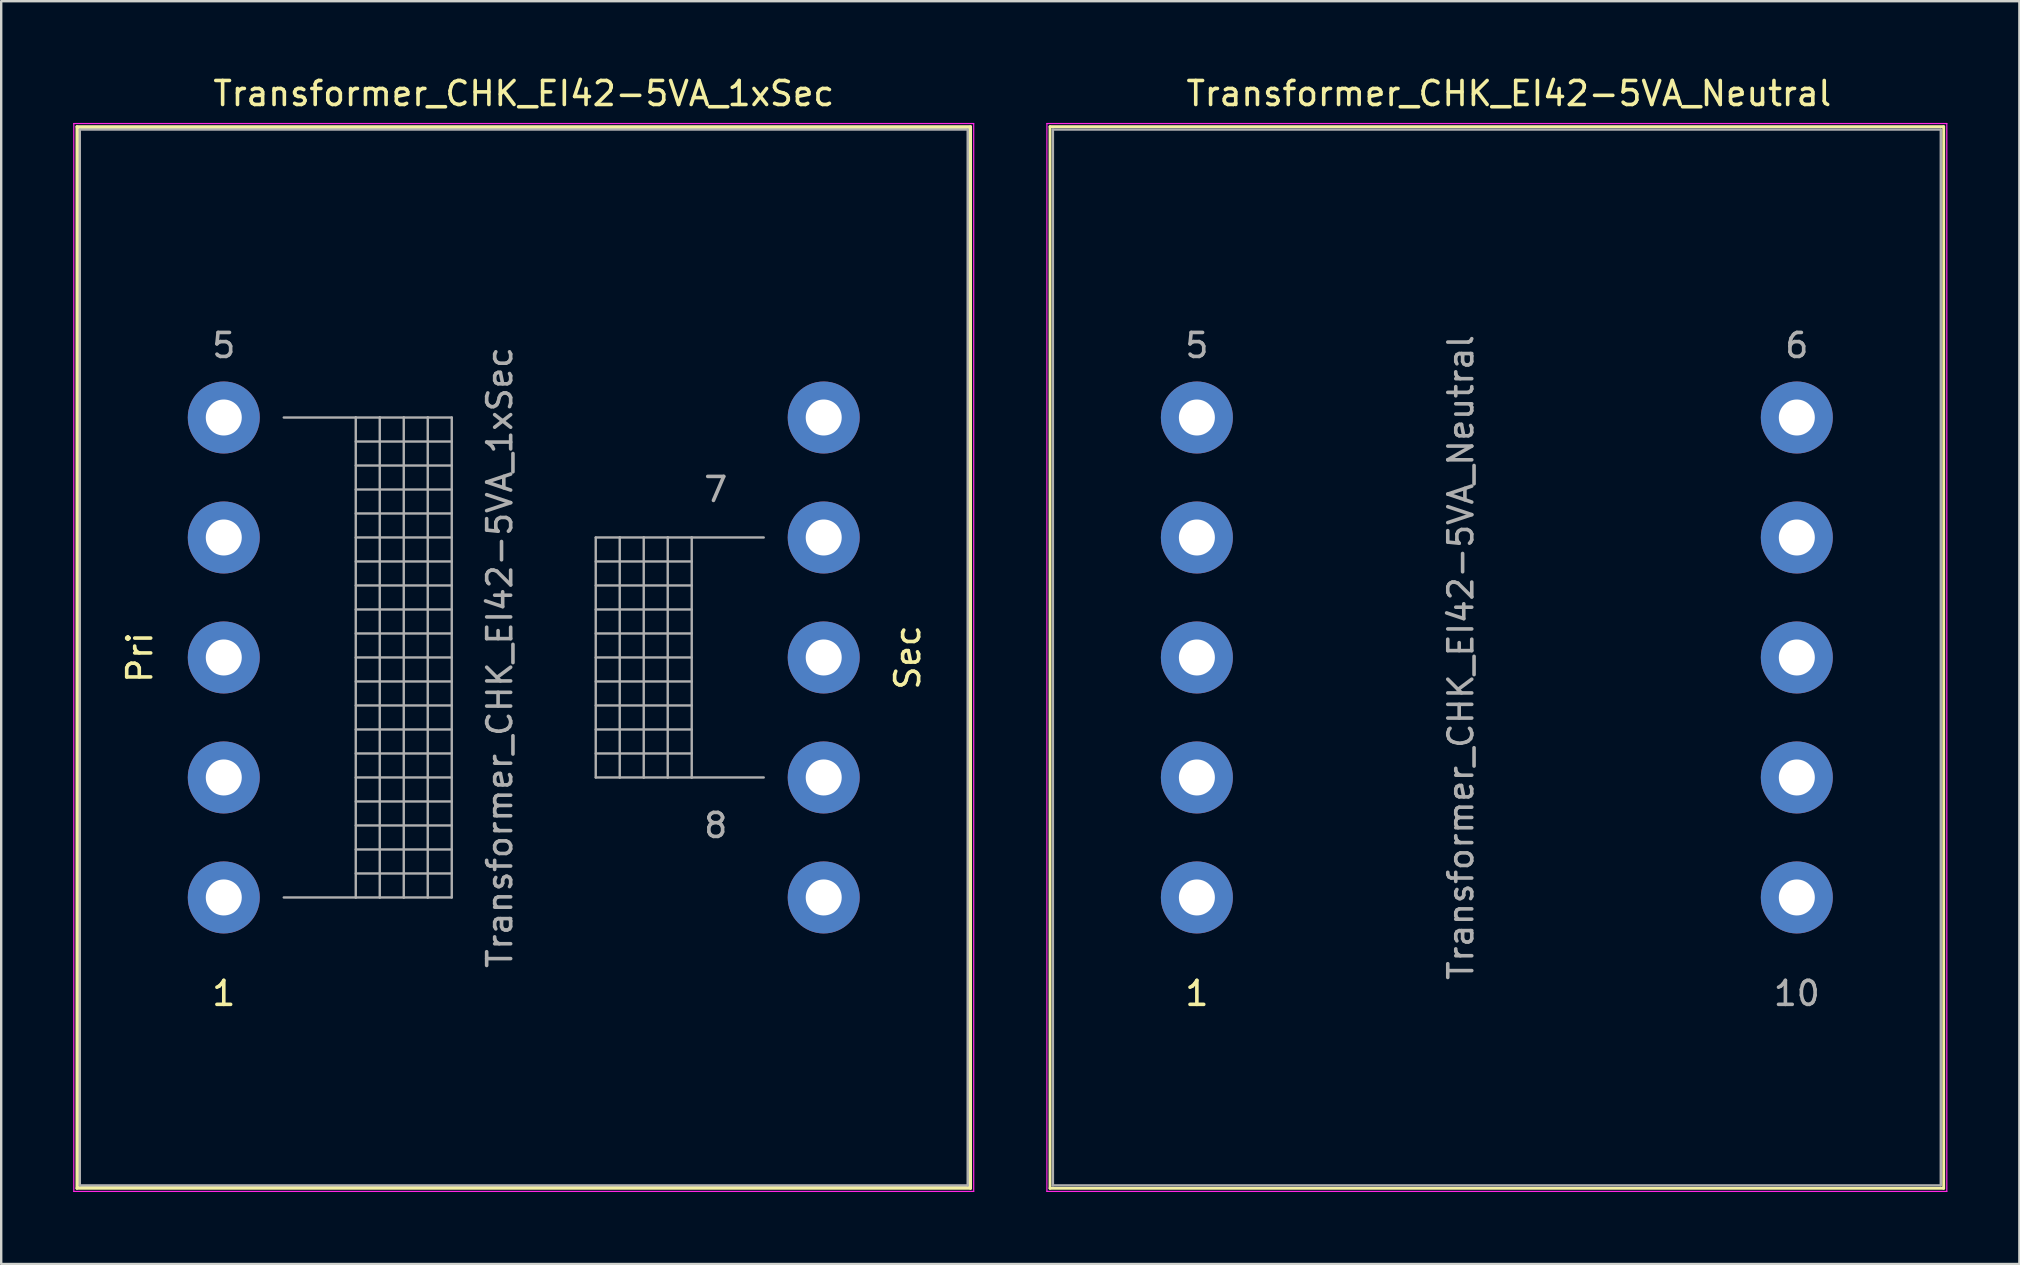
<source format=kicad_pcb>
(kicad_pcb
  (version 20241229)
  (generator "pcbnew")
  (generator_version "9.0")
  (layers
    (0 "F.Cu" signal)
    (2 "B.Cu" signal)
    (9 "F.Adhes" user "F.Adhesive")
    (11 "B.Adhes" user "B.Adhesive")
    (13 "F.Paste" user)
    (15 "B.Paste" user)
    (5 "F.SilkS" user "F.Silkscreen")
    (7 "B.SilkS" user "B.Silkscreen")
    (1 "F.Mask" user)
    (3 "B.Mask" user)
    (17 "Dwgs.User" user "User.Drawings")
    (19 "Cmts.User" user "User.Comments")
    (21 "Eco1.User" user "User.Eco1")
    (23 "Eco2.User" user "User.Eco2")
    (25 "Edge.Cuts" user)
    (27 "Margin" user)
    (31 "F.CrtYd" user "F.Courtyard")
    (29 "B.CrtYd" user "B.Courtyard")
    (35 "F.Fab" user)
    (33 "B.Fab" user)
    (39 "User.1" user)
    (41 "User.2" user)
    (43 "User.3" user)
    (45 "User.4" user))
  (footprint "Transformer_CHK_EI42-5VA_1xSec"
    (layer "F.Cu")
    (at 6.275 34.348)
    (property "Reference" "Transformer_CHK_EI42-5VA_1xSec" (at 12.5 -33.5 0) (layer "F.SilkS") (effects (font (size 1 1) (thickness 0.15))))
    (attr through_hole)
    (fp_line (start -6.12 -32.12) (end -6.12 12.12) (stroke (width 0.12) (type solid)) (layer "F.SilkS"))
    (fp_line (start -6.12 -32.12) (end 31.12 -32.12) (stroke (width 0.12) (type solid)) (layer "F.SilkS"))
    (fp_line (start -6.05 -32.05) (end 31.05 -32.05) (stroke (width 0.12) (type solid)) (layer "F.SilkS"))
    (fp_line (start -6.05 12.05) (end -6.05 -32.05) (stroke (width 0.12) (type solid)) (layer "F.SilkS"))
    (fp_line (start 31.05 -32.05) (end 31.05 12.05) (stroke (width 0.12) (type solid)) (layer "F.SilkS"))
    (fp_line (start 31.05 12.05) (end -6.05 12.05) (stroke (width 0.12) (type solid)) (layer "F.SilkS"))
    (fp_line (start 31.12 12.12) (end -6.12 12.12) (stroke (width 0.12) (type solid)) (layer "F.SilkS"))
    (fp_line (start 31.12 12.12) (end 31.12 -32.12) (stroke (width 0.12) (type solid)) (layer "F.SilkS"))
    (fp_line (start -6.25 -32.25) (end -6.25 12.25) (stroke (width 0.05) (type solid)) (layer "F.CrtYd"))
    (fp_line (start -6.25 -32.25) (end 31.25 -32.25) (stroke (width 0.05) (type solid)) (layer "F.CrtYd"))
    (fp_line (start 31.25 12.25) (end -6.25 12.25) (stroke (width 0.05) (type solid)) (layer "F.CrtYd"))
    (fp_line (start 31.25 12.25) (end 31.25 -32.25) (stroke (width 0.05) (type solid)) (layer "F.CrtYd"))
    (fp_line (start -6 -32) (end -6 12) (stroke (width 0.1) (type solid)) (layer "F.Fab"))
    (fp_line (start -6 12) (end 31 12) (stroke (width 0.1) (type solid)) (layer "F.Fab"))
    (fp_line (start 2.5 -20) (end 5.5 -20) (stroke (width 0.1) (type solid)) (layer "F.Fab"))
    (fp_line (start 5.5 -20) (end 5.5 0) (stroke (width 0.1) (type solid)) (layer "F.Fab"))
    (fp_line (start 5.5 -20) (end 6.5 -20) (stroke (width 0.1) (type solid)) (layer "F.Fab"))
    (fp_line (start 5.5 -19) (end 9.5 -19) (stroke (width 0.1) (type solid)) (layer "F.Fab"))
    (fp_line (start 5.5 -18) (end 9.5 -18) (stroke (width 0.1) (type solid)) (layer "F.Fab"))
    (fp_line (start 5.5 -17) (end 9.5 -17) (stroke (width 0.1) (type solid)) (layer "F.Fab"))
    (fp_line (start 5.5 -16) (end 9.5 -16) (stroke (width 0.1) (type solid)) (layer "F.Fab"))
    (fp_line (start 5.5 -15) (end 9.5 -15) (stroke (width 0.1) (type solid)) (layer "F.Fab"))
    (fp_line (start 5.5 -14) (end 9.5 -14) (stroke (width 0.1) (type solid)) (layer "F.Fab"))
    (fp_line (start 5.5 -13) (end 9.5 -13) (stroke (width 0.1) (type solid)) (layer "F.Fab"))
    (fp_line (start 5.5 -12) (end 9.5 -12) (stroke (width 0.1) (type solid)) (layer "F.Fab"))
    (fp_line (start 5.5 -11) (end 9.5 -11) (stroke (width 0.1) (type solid)) (layer "F.Fab"))
    (fp_line (start 5.5 -10) (end 9.5 -10) (stroke (width 0.1) (type solid)) (layer "F.Fab"))
    (fp_line (start 5.5 -9) (end 9.5 -9) (stroke (width 0.1) (type solid)) (layer "F.Fab"))
    (fp_line (start 5.5 -8) (end 9.5 -8) (stroke (width 0.1) (type solid)) (layer "F.Fab"))
    (fp_line (start 5.5 -7) (end 9.5 -7) (stroke (width 0.1) (type solid)) (layer "F.Fab"))
    (fp_line (start 5.5 -6) (end 9.5 -6) (stroke (width 0.1) (type solid)) (layer "F.Fab"))
    (fp_line (start 5.5 -5) (end 9.5 -5) (stroke (width 0.1) (type solid)) (layer "F.Fab"))
    (fp_line (start 5.5 -4) (end 9.5 -4) (stroke (width 0.1) (type solid)) (layer "F.Fab"))
    (fp_line (start 5.5 -3) (end 9.5 -3) (stroke (width 0.1) (type solid)) (layer "F.Fab"))
    (fp_line (start 5.5 -2) (end 9.5 -2) (stroke (width 0.1) (type solid)) (layer "F.Fab"))
    (fp_line (start 5.5 -1) (end 9.5 -1) (stroke (width 0.1) (type solid)) (layer "F.Fab"))
    (fp_line (start 5.5 0) (end 2.5 0) (stroke (width 0.1) (type solid)) (layer "F.Fab"))
    (fp_line (start 6.5 -20) (end 6.5 0) (stroke (width 0.1) (type solid)) (layer "F.Fab"))
    (fp_line (start 6.5 -20) (end 7.5 -20) (stroke (width 0.1) (type solid)) (layer "F.Fab"))
    (fp_line (start 6.5 0) (end 5.5 0) (stroke (width 0.1) (type solid)) (layer "F.Fab"))
    (fp_line (start 7.5 -20) (end 7.5 0) (stroke (width 0.1) (type solid)) (layer "F.Fab"))
    (fp_line (start 7.5 -20) (end 8.5 -20) (stroke (width 0.1) (type solid)) (layer "F.Fab"))
    (fp_line (start 7.5 0) (end 6.5 0) (stroke (width 0.1) (type solid)) (layer "F.Fab"))
    (fp_line (start 8.5 -20) (end 8.5 0) (stroke (width 0.1) (type solid)) (layer "F.Fab"))
    (fp_line (start 8.5 -20) (end 9.5 -20) (stroke (width 0.1) (type solid)) (layer "F.Fab"))
    (fp_line (start 8.5 0) (end 7.5 0) (stroke (width 0.1) (type solid)) (layer "F.Fab"))
    (fp_line (start 9.5 -20) (end 9.5 0) (stroke (width 0.1) (type solid)) (layer "F.Fab"))
    (fp_line (start 9.5 0) (end 8.5 0) (stroke (width 0.1) (type solid)) (layer "F.Fab"))
    (fp_line (start 15.5 -15) (end 15.5 -5) (stroke (width 0.1) (type solid)) (layer "F.Fab"))
    (fp_line (start 15.5 -14) (end 19.5 -14) (stroke (width 0.1) (type solid)) (layer "F.Fab"))
    (fp_line (start 15.5 -12) (end 19.5 -12) (stroke (width 0.1) (type solid)) (layer "F.Fab"))
    (fp_line (start 15.5 -10) (end 19.5 -10) (stroke (width 0.1) (type solid)) (layer "F.Fab"))
    (fp_line (start 15.5 -8) (end 19.5 -8) (stroke (width 0.1) (type solid)) (layer "F.Fab"))
    (fp_line (start 15.5 -6) (end 19.5 -6) (stroke (width 0.1) (type solid)) (layer "F.Fab"))
    (fp_line (start 15.5 -5) (end 16.5 -5) (stroke (width 0.1) (type solid)) (layer "F.Fab"))
    (fp_line (start 16.5 -15) (end 15.5 -15) (stroke (width 0.1) (type solid)) (layer "F.Fab"))
    (fp_line (start 16.5 -15) (end 16.5 -5) (stroke (width 0.1) (type solid)) (layer "F.Fab"))
    (fp_line (start 16.5 -5) (end 17.5 -5) (stroke (width 0.1) (type solid)) (layer "F.Fab"))
    (fp_line (start 17.5 -15) (end 16.5 -15) (stroke (width 0.1) (type solid)) (layer "F.Fab"))
    (fp_line (start 17.5 -15) (end 17.5 -5) (stroke (width 0.1) (type solid)) (layer "F.Fab"))
    (fp_line (start 17.5 -5) (end 18.5 -5) (stroke (width 0.1) (type solid)) (layer "F.Fab"))
    (fp_line (start 18.5 -15) (end 17.5 -15) (stroke (width 0.1) (type solid)) (layer "F.Fab"))
    (fp_line (start 18.5 -15) (end 18.5 -5) (stroke (width 0.1) (type solid)) (layer "F.Fab"))
    (fp_line (start 18.5 -5) (end 19.5 -5) (stroke (width 0.1) (type solid)) (layer "F.Fab"))
    (fp_line (start 19.5 -15) (end 18.5 -15) (stroke (width 0.1) (type solid)) (layer "F.Fab"))
    (fp_line (start 19.5 -15) (end 19.5 -5) (stroke (width 0.1) (type solid)) (layer "F.Fab"))
    (fp_line (start 19.5 -13) (end 15.5 -13) (stroke (width 0.1) (type solid)) (layer "F.Fab"))
    (fp_line (start 19.5 -11) (end 15.5 -11) (stroke (width 0.1) (type solid)) (layer "F.Fab"))
    (fp_line (start 19.5 -9) (end 15.5 -9) (stroke (width 0.1) (type solid)) (layer "F.Fab"))
    (fp_line (start 19.5 -7) (end 15.5 -7) (stroke (width 0.1) (type solid)) (layer "F.Fab"))
    (fp_line (start 19.5 -5) (end 22.5 -5) (stroke (width 0.1) (type solid)) (layer "F.Fab"))
    (fp_line (start 22.5 -15) (end 19.5 -15) (stroke (width 0.1) (type solid)) (layer "F.Fab"))
    (fp_line (start 31 -32) (end -6 -32) (stroke (width 0.1) (type solid)) (layer "F.Fab"))
    (fp_line (start 31 12) (end 31 -32) (stroke (width 0.1) (type solid)) (layer "F.Fab"))
    (fp_text user "Pri" (at -3.5 -10 90) (layer "F.SilkS") (effects (font (size 1 1) (thickness 0.15))))
    (fp_text user "Sec" (at 28.5 -10 90) (layer "F.SilkS") (effects (font (size 1 1) (thickness 0.15))))
    (fp_text user "1" (at 0 4 0) (layer "F.SilkS") (effects (font (size 1 1) (thickness 0.15))))
    (fp_text user "5" (at 0 -23 0) (layer "F.Fab") (effects (font (size 1 1) (thickness 0.15))))
    (fp_text user "7" (at 20.5 -17 0) (layer "F.Fab") (effects (font (size 1 1) (thickness 0.15))))
    (fp_text user "${REFERENCE}" (at 11.5 -10 90) (layer "F.Fab") (effects (font (size 1 1) (thickness 0.15))))
    (fp_text user "8" (at 20.5 -3 0) (layer "F.Fab") (effects (font (size 1 1) (thickness 0.15))))
    (pad "1" thru_hole circle (at 0 0) (size 3 3) (drill 1.5) (layers "*.Cu" "*.Mask"))
    (pad "2" thru_hole circle (at 0 -5) (size 3 3) (drill 1.5) (layers "*.Cu" "*.Mask"))
    (pad "3" thru_hole circle (at 0 -10) (size 3 3) (drill 1.5) (layers "*.Cu" "*.Mask"))
    (pad "4" thru_hole circle (at 0 -15) (size 3 3) (drill 1.5) (layers "*.Cu" "*.Mask"))
    (pad "5" thru_hole circle (at 0 -20) (size 3 3) (drill 1.5) (layers "*.Cu" "*.Mask"))
    (pad "6" thru_hole circle (at 25 -20) (size 3 3) (drill 1.5) (layers "*.Cu" "*.Mask"))
    (pad "7" thru_hole circle (at 25 -15) (size 3 3) (drill 1.5) (layers "*.Cu" "*.Mask"))
    (pad "8" thru_hole circle (at 25 -10) (size 3 3) (drill 1.5) (layers "*.Cu" "*.Mask"))
    (pad "9" thru_hole circle (at 25 -5) (size 3 3) (drill 1.5) (layers "*.Cu" "*.Mask"))
    (pad "10" thru_hole circle (at 25 0) (size 3 3) (drill 1.5) (layers "*.Cu" "*.Mask")))
  (footprint "Transformer_CHK_EI42-5VA_Neutral"
    (layer "F.Cu")
    (at 46.825 34.348)
    (property "Reference" "Transformer_CHK_EI42-5VA_Neutral" (at 13 -33.5 0) (layer "F.SilkS") (effects (font (size 1 1) (thickness 0.15))))
    (attr through_hole)
    (fp_line (start -6.12 -32.12) (end -6.12 12.12) (stroke (width 0.12) (type solid)) (layer "F.SilkS"))
    (fp_line (start -6.12 -32.12) (end 31.12 -32.12) (stroke (width 0.12) (type solid)) (layer "F.SilkS"))
    (fp_line (start 31.12 12.12) (end -6.12 12.12) (stroke (width 0.12) (type solid)) (layer "F.SilkS"))
    (fp_line (start 31.12 12.12) (end 31.12 -32.12) (stroke (width 0.12) (type solid)) (layer "F.SilkS"))
    (fp_line (start -6.25 -32.25) (end -6.25 12.25) (stroke (width 0.05) (type solid)) (layer "F.CrtYd"))
    (fp_line (start -6.25 -32.25) (end 31.25 -32.25) (stroke (width 0.05) (type solid)) (layer "F.CrtYd"))
    (fp_line (start 31.25 12.25) (end -6.25 12.25) (stroke (width 0.05) (type solid)) (layer "F.CrtYd"))
    (fp_line (start 31.25 12.25) (end 31.25 -32.25) (stroke (width 0.05) (type solid)) (layer "F.CrtYd"))
    (fp_line (start -6 -32) (end -6 12) (stroke (width 0.1) (type solid)) (layer "F.Fab"))
    (fp_line (start -6 12) (end 31 12) (stroke (width 0.1) (type solid)) (layer "F.Fab"))
    (fp_line (start 31 -32) (end -6 -32) (stroke (width 0.1) (type solid)) (layer "F.Fab"))
    (fp_line (start 31 12) (end 31 -32) (stroke (width 0.1) (type solid)) (layer "F.Fab"))
    (fp_text user "1" (at 0 4 0) (layer "F.SilkS") (effects (font (size 1 1) (thickness 0.15))))
    (fp_text user "${REFERENCE}" (at 11 -10 90) (layer "F.Fab") (effects (font (size 1 1) (thickness 0.15))))
    (fp_text user "10" (at 25 4 0) (layer "F.Fab") (effects (font (size 1 1) (thickness 0.15))))
    (fp_text user "6" (at 25 -23 0) (layer "F.Fab") (effects (font (size 1 1) (thickness 0.15))))
    (fp_text user "5" (at 0 -23 0) (layer "F.Fab") (effects (font (size 1 1) (thickness 0.15))))
    (pad "1" thru_hole circle (at 0 0) (size 3 3) (drill 1.5) (layers "*.Cu" "*.Mask"))
    (pad "2" thru_hole circle (at 0 -5) (size 3 3) (drill 1.5) (layers "*.Cu" "*.Mask"))
    (pad "3" thru_hole circle (at 0 -10) (size 3 3) (drill 1.5) (layers "*.Cu" "*.Mask"))
    (pad "4" thru_hole circle (at 0 -15) (size 3 3) (drill 1.5) (layers "*.Cu" "*.Mask"))
    (pad "5" thru_hole circle (at 0 -20) (size 3 3) (drill 1.5) (layers "*.Cu" "*.Mask"))
    (pad "6" thru_hole circle (at 25 -20) (size 3 3) (drill 1.5) (layers "*.Cu" "*.Mask"))
    (pad "7" thru_hole circle (at 25 -15) (size 3 3) (drill 1.5) (layers "*.Cu" "*.Mask"))
    (pad "8" thru_hole circle (at 25 -10) (size 3 3) (drill 1.5) (layers "*.Cu" "*.Mask"))
    (pad "9" thru_hole circle (at 25 -5) (size 3 3) (drill 1.5) (layers "*.Cu" "*.Mask"))
    (pad "10" thru_hole circle (at 25 0) (size 3 3) (drill 1.5) (layers "*.Cu" "*.Mask")))
  (gr_rect
    (start -3 -3)
    (end 81.1 49.623)
    (stroke (width 0.1) (type default))
    (fill no)
    (layer "Edge.Cuts")))
</source>
